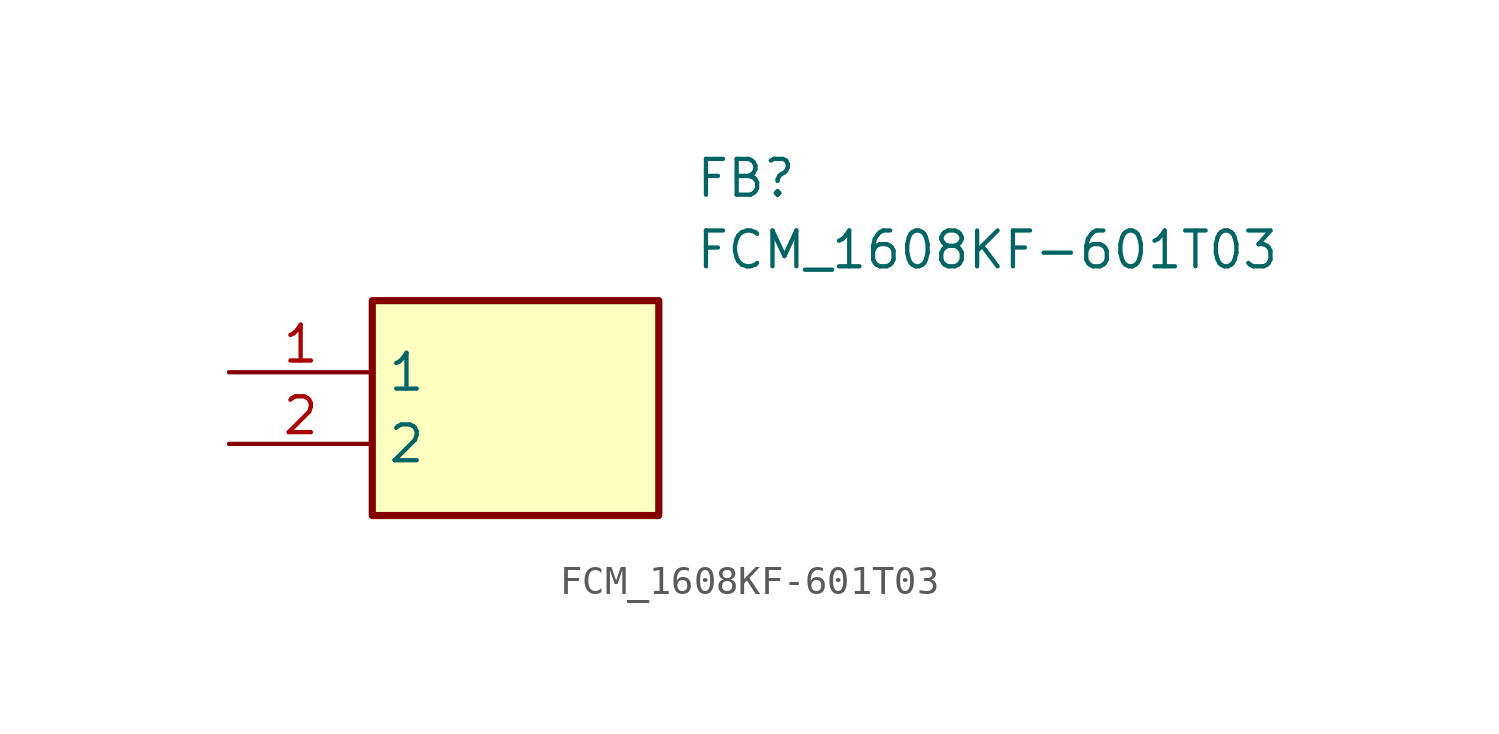
<source format=kicad_sym>
(kicad_symbol_lib
  (version 20211014)
  (generator SamacSys_ECAD_Model)
  (symbol "FCM_1608KF-601T03"
    (property "Reference" "FB"
      (at 16.51 7.62 0)
      (effects (font (size 1.27 1.27)) (justify left top)))
    (property "Value" "FCM_1608KF-601T03"
      (at 16.51 5.08 0)
      (effects (font (size 1.27 1.27)) (justify left top)))
    (rectangle
      (start 5.08 2.54)
      (end 15.24 -5.08)
      (stroke (width 0.254) (type default))
      (fill (type background)))
    (pin passive line
      (at 0 0 0)
      (length 5.08)
      (name "1" (effects (font (size 1.27 1.27))))
      (number "1" (effects (font (size 1.27 1.27)))))
    (pin passive line
      (at 0 -2.54 0)
      (length 5.08)
      (name "2" (effects (font (size 1.27 1.27))))
      (number "2" (effects (font (size 1.27 1.27)))))))
</source>
